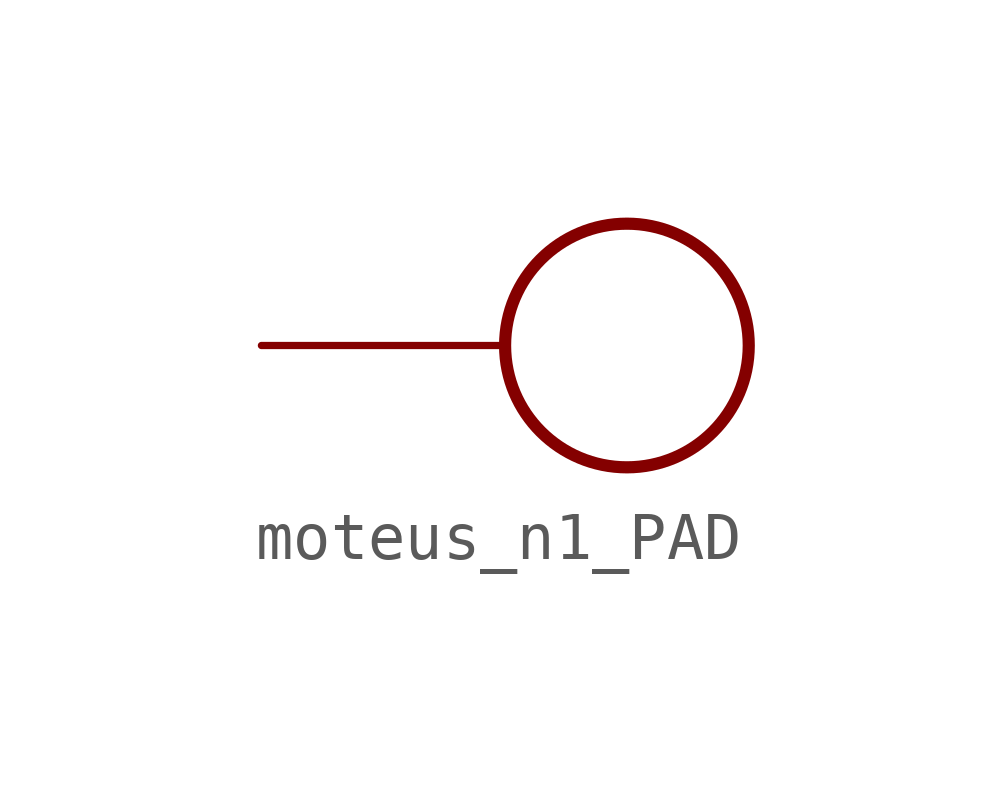
<source format=kicad_sym>
(kicad_symbol_lib
  (version 20231120)
  (generator "kicad_symbol_editor")
  (generator_version "8.0")
  (symbol "moteus_n1_PAD"
    (property "Reference" ""
      (at -7.62 5.08 0)
      (effects (font (size 1.676 1.425)) (justify left bottom) (hide yes)))
    (property "ki_locked" ""
      (at 0 0 0)
      (effects (font (size 1.27 1.27))))
    (symbol "moteus_n1_PAD_1_0"
      (circle (center 0 0) (radius 2.54) (stroke (width 0.254) (type solid)) (fill (type none)))
      (pin bidirectional line (at -7.62 0 0) (length 5.08) (name "P$1" (effects (font (size 0 0)))) (number "1" (effects (font (size 0 0))))))))
</source>
